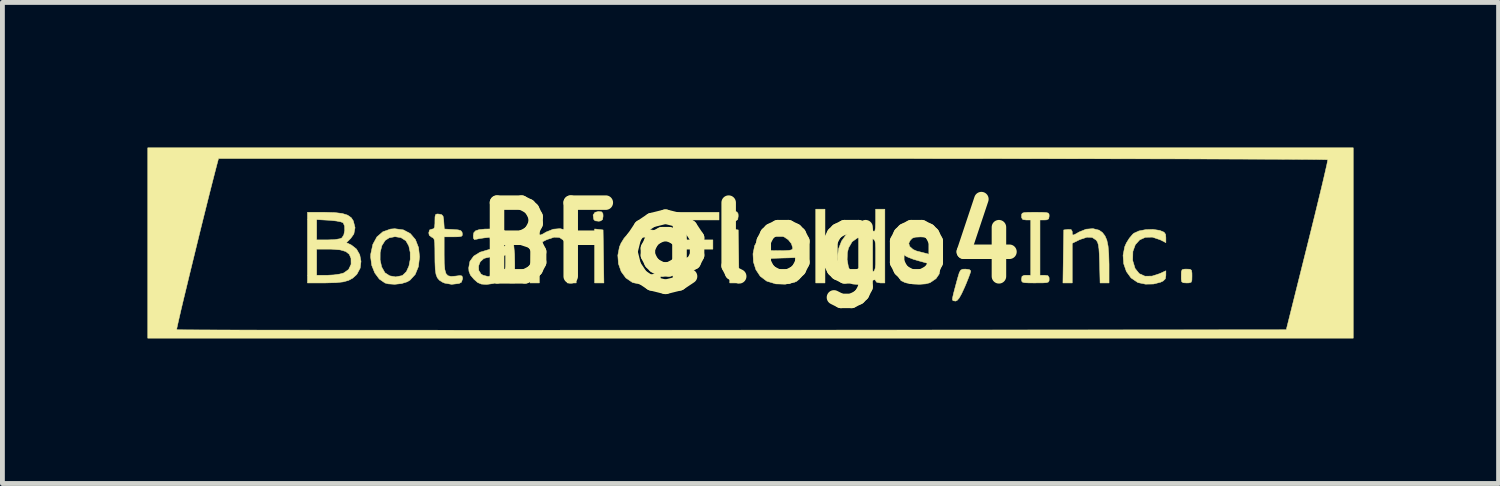
<source format=kicad_pcb>
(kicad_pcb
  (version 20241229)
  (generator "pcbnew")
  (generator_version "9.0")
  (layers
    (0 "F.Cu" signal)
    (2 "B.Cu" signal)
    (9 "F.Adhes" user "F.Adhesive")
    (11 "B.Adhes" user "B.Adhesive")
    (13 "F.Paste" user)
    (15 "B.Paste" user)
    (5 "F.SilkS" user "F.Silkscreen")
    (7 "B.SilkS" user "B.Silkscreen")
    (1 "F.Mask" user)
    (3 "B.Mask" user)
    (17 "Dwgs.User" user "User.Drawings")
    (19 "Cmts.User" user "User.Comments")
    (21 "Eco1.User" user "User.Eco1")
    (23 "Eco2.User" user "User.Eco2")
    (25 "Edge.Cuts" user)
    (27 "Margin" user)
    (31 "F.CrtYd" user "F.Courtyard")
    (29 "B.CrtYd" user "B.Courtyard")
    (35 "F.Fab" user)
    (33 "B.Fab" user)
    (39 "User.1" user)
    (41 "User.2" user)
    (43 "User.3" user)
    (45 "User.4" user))
  (footprint "BF@logo4"
    (layer "F.Cu")
    (at 12.451 1.974)
    (property "Reference" "BF@logo4" (at 0 0 0) (layer "F.SilkS") (effects (font (size 1.524 1.524) (thickness 0.3))))
    (attr through_hole)
    (fp_poly (pts (xy 1.556 0.826) (xy 1.365 0.826) (xy 1.365 -0.699) (xy 1.556 -0.699) (xy 1.556 0.826)) (stroke (width 0.01) (type solid)) (fill yes) (layer "F.SilkS"))
    (fp_poly (pts (xy -3.119 -0.28) (xy -3.032 -0.27) (xy -3.023 0.278) (xy -3.015 0.826) (xy -3.207 0.826) (xy -3.207 -0.29) (xy -3.119 -0.28)) (stroke (width 0.01) (type solid)) (fill yes) (layer "F.SilkS"))
    (fp_poly (pts (xy -0.325 -0.28) (xy -0.238 -0.27) (xy -0.229 0.278) (xy -0.221 0.826) (xy -0.413 0.826) (xy -0.413 -0.29) (xy -0.325 -0.28)) (stroke (width 0.01) (type solid)) (fill yes) (layer "F.SilkS"))
    (fp_poly (pts (xy -0.635 -0.476) (xy -1.397 -0.476) (xy -1.397 -0.064) (xy -0.762 -0.064) (xy -0.762 0.127) (xy -1.397 0.127) (xy -1.397 0.826) (xy -1.587 0.826) (xy -1.587 -0.635) (xy -0.635 -0.635) (xy -0.635 -0.476)) (stroke (width 0.01) (type solid)) (fill yes) (layer "F.SilkS"))
    (fp_poly (pts (xy -3.06 -0.643) (xy -3.035 -0.606) (xy -3.032 -0.556) (xy -3.042 -0.486) (xy -3.083 -0.457) (xy -3.12 -0.45) (xy -3.197 -0.459) (xy -3.225 -0.488) (xy -3.238 -0.578) (xy -3.199 -0.634) (xy -3.127 -0.651) (xy -3.06 -0.643)) (stroke (width 0.01) (type solid)) (fill yes) (layer "F.SilkS"))
    (fp_poly (pts (xy -0.266 -0.643) (xy -0.241 -0.606) (xy -0.238 -0.556) (xy -0.248 -0.486) (xy -0.289 -0.457) (xy -0.326 -0.45) (xy -0.403 -0.459) (xy -0.431 -0.488) (xy -0.444 -0.578) (xy -0.405 -0.634) (xy -0.333 -0.651) (xy -0.266 -0.643)) (stroke (width 0.01) (type solid)) (fill yes) (layer "F.SilkS"))
    (fp_poly (pts (xy 9.101 0.543) (xy 9.133 0.563) (xy 9.143 0.619) (xy 9.144 0.683) (xy 9.142 0.77) (xy 9.126 0.812) (xy 9.082 0.825) (xy 9.033 0.826) (xy 8.965 0.822) (xy 8.932 0.802) (xy 8.922 0.746) (xy 8.922 0.683) (xy 8.924 0.595) (xy 8.94 0.553) (xy 8.983 0.541) (xy 9.033 0.54) (xy 9.101 0.543)) (stroke (width 0.01) (type solid)) (fill yes) (layer "F.SilkS"))
    (fp_poly (pts (xy 4.541 0.55) (xy 4.571 0.578) (xy 4.571 0.579) (xy 4.558 0.624) (xy 4.526 0.712) (xy 4.479 0.829) (xy 4.447 0.905) (xy 4.381 1.048) (xy 4.33 1.139) (xy 4.287 1.188) (xy 4.257 1.201) (xy 4.203 1.193) (xy 4.191 1.169) (xy 4.196 1.125) (xy 4.213 1.048) (xy 4.244 0.929) (xy 4.29 0.759) (xy 4.305 0.706) (xy 4.334 0.61) (xy 4.363 0.561) (xy 4.404 0.542) (xy 4.462 0.54) (xy 4.541 0.55)) (stroke (width 0.01) (type solid)) (fill yes) (layer "F.SilkS"))
    (fp_poly (pts (xy -3.795 -0.265) (xy -3.726 -0.217) (xy -3.672 -0.147) (xy -3.634 -0.057) (xy -3.608 0.064) (xy -3.594 0.227) (xy -3.589 0.441) (xy -3.589 0.468) (xy -3.588 0.826) (xy -3.773 0.826) (xy -3.784 0.416) (xy -3.789 0.242) (xy -3.797 0.119) (xy -3.809 0.037) (xy -3.826 -0.018) (xy -3.851 -0.056) (xy -3.855 -0.06) (xy -3.937 -0.115) (xy -4.044 -0.12) (xy -4.183 -0.074) (xy -4.213 -0.061) (xy -4.35 0.006) (xy -4.35 0.826) (xy -4.542 0.826) (xy -4.533 0.278) (xy -4.524 -0.27) (xy -4.437 -0.28) (xy -4.373 -0.278) (xy -4.351 -0.244) (xy -4.35 -0.224) (xy -4.347 -0.178) (xy -4.33 -0.164) (xy -4.285 -0.182) (xy -4.205 -0.228) (xy -4.063 -0.285) (xy -3.921 -0.297) (xy -3.795 -0.265)) (stroke (width 0.01) (type solid)) (fill yes) (layer "F.SilkS"))
    (fp_poly (pts (xy 7.223 -0.265) (xy 7.291 -0.217) (xy 7.345 -0.147) (xy 7.384 -0.057) (xy 7.409 0.064) (xy 7.423 0.227) (xy 7.429 0.441) (xy 7.429 0.468) (xy 7.429 0.826) (xy 7.244 0.826) (xy 7.234 0.416) (xy 7.228 0.242) (xy 7.22 0.119) (xy 7.208 0.037) (xy 7.191 -0.018) (xy 7.166 -0.056) (xy 7.163 -0.06) (xy 7.08 -0.115) (xy 6.973 -0.12) (xy 6.834 -0.074) (xy 6.805 -0.061) (xy 6.668 0.006) (xy 6.668 0.826) (xy 6.476 0.826) (xy 6.484 0.278) (xy 6.493 -0.27) (xy 6.58 -0.28) (xy 6.644 -0.278) (xy 6.666 -0.244) (xy 6.668 -0.224) (xy 6.67 -0.178) (xy 6.687 -0.164) (xy 6.732 -0.182) (xy 6.812 -0.228) (xy 6.954 -0.285) (xy 7.096 -0.297) (xy 7.223 -0.265)) (stroke (width 0.01) (type solid)) (fill yes) (layer "F.SilkS"))
    (fp_poly (pts (xy -1.974 -0.261) (xy -1.956 -0.255) (xy -1.88 -0.223) (xy -1.848 -0.179) (xy -1.841 -0.112) (xy -1.841 -0.007) (xy -1.959 -0.067) (xy -2.12 -0.121) (xy -2.264 -0.118) (xy -2.384 -0.064) (xy -2.473 0.036) (xy -2.524 0.175) (xy -2.528 0.348) (xy -2.525 0.373) (xy -2.477 0.527) (xy -2.393 0.633) (xy -2.275 0.686) (xy -2.129 0.685) (xy -1.976 0.636) (xy -1.841 0.575) (xy -1.841 0.67) (xy -1.853 0.74) (xy -1.898 0.785) (xy -1.952 0.811) (xy -2.1 0.848) (xy -2.264 0.851) (xy -2.411 0.82) (xy -2.429 0.813) (xy -2.561 0.722) (xy -2.658 0.59) (xy -2.714 0.429) (xy -2.727 0.255) (xy -2.693 0.079) (xy -2.659 0.001) (xy -2.598 -0.097) (xy -2.527 -0.18) (xy -2.502 -0.202) (xy -2.399 -0.249) (xy -2.259 -0.276) (xy -2.11 -0.281) (xy -1.974 -0.261)) (stroke (width 0.01) (type solid)) (fill yes) (layer "F.SilkS"))
    (fp_poly (pts (xy 8.471 -0.261) (xy 8.49 -0.255) (xy 8.566 -0.223) (xy 8.598 -0.179) (xy 8.604 -0.112) (xy 8.604 -0.007) (xy 8.486 -0.067) (xy 8.326 -0.121) (xy 8.182 -0.118) (xy 8.062 -0.064) (xy 7.972 0.036) (xy 7.922 0.175) (xy 7.918 0.348) (xy 7.921 0.373) (xy 7.968 0.527) (xy 8.053 0.633) (xy 8.171 0.686) (xy 8.317 0.685) (xy 8.469 0.636) (xy 8.604 0.575) (xy 8.604 0.67) (xy 8.593 0.74) (xy 8.548 0.785) (xy 8.494 0.811) (xy 8.346 0.848) (xy 8.182 0.851) (xy 8.035 0.82) (xy 8.017 0.813) (xy 7.884 0.722) (xy 7.788 0.59) (xy 7.732 0.429) (xy 7.719 0.255) (xy 7.753 0.079) (xy 7.787 0.001) (xy 7.848 -0.097) (xy 7.918 -0.18) (xy 7.944 -0.202) (xy 8.047 -0.249) (xy 8.186 -0.276) (xy 8.336 -0.281) (xy 8.471 -0.261)) (stroke (width 0.01) (type solid)) (fill yes) (layer "F.SilkS"))
    (fp_poly (pts (xy 6.041 -0.634) (xy 6.125 -0.63) (xy 6.17 -0.619) (xy 6.188 -0.598) (xy 6.191 -0.563) (xy 6.191 -0.556) (xy 6.181 -0.499) (xy 6.137 -0.478) (xy 6.096 -0.476) (xy 6.001 -0.476) (xy 6.001 0.667) (xy 6.096 0.667) (xy 6.164 0.675) (xy 6.189 0.712) (xy 6.191 0.746) (xy 6.189 0.784) (xy 6.174 0.807) (xy 6.134 0.82) (xy 6.057 0.825) (xy 5.931 0.825) (xy 5.905 0.826) (xy 5.77 0.825) (xy 5.686 0.821) (xy 5.641 0.81) (xy 5.623 0.788) (xy 5.62 0.753) (xy 5.62 0.746) (xy 5.63 0.689) (xy 5.674 0.669) (xy 5.715 0.667) (xy 5.81 0.667) (xy 5.81 -0.476) (xy 5.715 -0.476) (xy 5.647 -0.485) (xy 5.622 -0.521) (xy 5.62 -0.556) (xy 5.622 -0.593) (xy 5.637 -0.617) (xy 5.677 -0.629) (xy 5.754 -0.634) (xy 5.88 -0.635) (xy 5.905 -0.635) (xy 6.041 -0.634)) (stroke (width 0.01) (type solid)) (fill yes) (layer "F.SilkS"))
    (fp_poly (pts (xy -7.161 -0.271) (xy -7.018 -0.195) (xy -6.912 -0.071) (xy -6.847 0.096) (xy -6.827 0.286) (xy -6.85 0.488) (xy -6.916 0.65) (xy -7.023 0.767) (xy -7.081 0.802) (xy -7.199 0.839) (xy -7.34 0.854) (xy -7.475 0.845) (xy -7.541 0.827) (xy -7.658 0.746) (xy -7.752 0.619) (xy -7.815 0.462) (xy -7.83 0.35) (xy -7.642 0.35) (xy -7.61 0.495) (xy -7.545 0.611) (xy -7.54 0.617) (xy -7.443 0.679) (xy -7.32 0.701) (xy -7.198 0.677) (xy -7.174 0.666) (xy -7.098 0.592) (xy -7.046 0.477) (xy -7.019 0.338) (xy -7.02 0.193) (xy -7.049 0.06) (xy -7.108 -0.044) (xy -7.111 -0.047) (xy -7.211 -0.111) (xy -7.334 -0.131) (xy -7.455 -0.107) (xy -7.538 -0.053) (xy -7.606 0.055) (xy -7.641 0.197) (xy -7.642 0.35) (xy -7.83 0.35) (xy -7.838 0.29) (xy -7.835 0.226) (xy -7.792 0.028) (xy -7.708 -0.126) (xy -7.585 -0.232) (xy -7.426 -0.288) (xy -7.338 -0.295) (xy -7.161 -0.271)) (stroke (width 0.01) (type solid)) (fill yes) (layer "F.SilkS"))
    (fp_poly (pts (xy -6.421 -0.597) (xy -6.368 -0.585) (xy -6.34 -0.553) (xy -6.328 -0.482) (xy -6.325 -0.438) (xy -6.315 -0.289) (xy -6.134 -0.279) (xy -6.03 -0.271) (xy -5.974 -0.256) (xy -5.949 -0.226) (xy -5.943 -0.198) (xy -5.942 -0.159) (xy -5.962 -0.138) (xy -6.018 -0.129) (xy -6.122 -0.127) (xy -6.126 -0.127) (xy -6.318 -0.127) (xy -6.318 0.236) (xy -6.316 0.42) (xy -6.304 0.55) (xy -6.28 0.633) (xy -6.239 0.677) (xy -6.175 0.692) (xy -6.084 0.685) (xy -6.075 0.684) (xy -5.99 0.673) (xy -5.95 0.682) (xy -5.938 0.715) (xy -5.937 0.74) (xy -5.96 0.81) (xy -6.009 0.837) (xy -6.163 0.855) (xy -6.309 0.829) (xy -6.357 0.808) (xy -6.418 0.768) (xy -6.46 0.717) (xy -6.487 0.645) (xy -6.502 0.539) (xy -6.508 0.388) (xy -6.509 0.269) (xy -6.51 0.11) (xy -6.513 0.004) (xy -6.521 -0.062) (xy -6.536 -0.097) (xy -6.558 -0.113) (xy -6.572 -0.118) (xy -6.626 -0.16) (xy -6.636 -0.21) (xy -6.619 -0.27) (xy -6.572 -0.286) (xy -6.534 -0.294) (xy -6.515 -0.329) (xy -6.509 -0.407) (xy -6.509 -0.447) (xy -6.507 -0.541) (xy -6.495 -0.587) (xy -6.465 -0.6) (xy -6.421 -0.597)) (stroke (width 0.01) (type solid)) (fill yes) (layer "F.SilkS"))
    (fp_poly (pts (xy -8.581 -0.629) (xy -8.424 -0.61) (xy -8.313 -0.575) (xy -8.238 -0.522) (xy -8.196 -0.457) (xy -8.16 -0.316) (xy -8.185 -0.187) (xy -8.249 -0.096) (xy -8.339 -0.006) (xy -8.235 0.043) (xy -8.13 0.126) (xy -8.063 0.244) (xy -8.037 0.38) (xy -8.054 0.519) (xy -8.119 0.641) (xy -8.132 0.657) (xy -8.208 0.726) (xy -8.294 0.773) (xy -8.405 0.804) (xy -8.552 0.82) (xy -8.748 0.825) (xy -8.778 0.826) (xy -9.144 0.826) (xy -9.144 0.127) (xy -8.954 0.127) (xy -8.954 0.667) (xy -8.73 0.667) (xy -8.598 0.66) (xy -8.475 0.642) (xy -8.397 0.621) (xy -8.293 0.548) (xy -8.242 0.441) (xy -8.244 0.316) (xy -8.28 0.233) (xy -8.352 0.176) (xy -8.469 0.142) (xy -8.638 0.128) (xy -8.698 0.127) (xy -8.954 0.127) (xy -9.144 0.127) (xy -9.144 -0.064) (xy -8.954 -0.064) (xy -8.721 -0.064) (xy -8.581 -0.07) (xy -8.477 -0.087) (xy -8.433 -0.105) (xy -8.393 -0.166) (xy -8.374 -0.259) (xy -8.377 -0.352) (xy -8.406 -0.418) (xy -8.454 -0.437) (xy -8.547 -0.455) (xy -8.667 -0.468) (xy -8.698 -0.47) (xy -8.954 -0.484) (xy -8.954 -0.064) (xy -9.144 -0.064) (xy -9.144 -0.635) (xy -8.792 -0.635) (xy -8.581 -0.629)) (stroke (width 0.01) (type solid)) (fill yes) (layer "F.SilkS"))
    (fp_poly (pts (xy 2.794 0.826) (xy 2.699 0.826) (xy 2.625 0.812) (xy 2.603 0.781) (xy 2.592 0.759) (xy 2.548 0.768) (xy 2.486 0.797) (xy 2.374 0.837) (xy 2.25 0.857) (xy 2.228 0.857) (xy 2.127 0.848) (xy 2.049 0.81) (xy 1.984 0.753) (xy 1.885 0.615) (xy 1.83 0.455) (xy 1.82 0.344) (xy 2.014 0.344) (xy 2.039 0.488) (xy 2.087 0.604) (xy 2.102 0.625) (xy 2.175 0.67) (xy 2.284 0.68) (xy 2.414 0.655) (xy 2.516 0.614) (xy 2.556 0.592) (xy 2.581 0.564) (xy 2.595 0.519) (xy 2.602 0.442) (xy 2.603 0.32) (xy 2.603 0.252) (xy 2.603 0.108) (xy 2.599 0.014) (xy 2.589 -0.042) (xy 2.569 -0.072) (xy 2.537 -0.09) (xy 2.522 -0.096) (xy 2.364 -0.129) (xy 2.226 -0.104) (xy 2.117 -0.026) (xy 2.043 0.102) (xy 2.019 0.2) (xy 2.014 0.344) (xy 1.82 0.344) (xy 1.815 0.284) (xy 1.839 0.115) (xy 1.899 -0.04) (xy 1.992 -0.169) (xy 2.117 -0.259) (xy 2.186 -0.284) (xy 2.304 -0.297) (xy 2.436 -0.285) (xy 2.548 -0.251) (xy 2.568 -0.24) (xy 2.588 -0.251) (xy 2.599 -0.314) (xy 2.603 -0.436) (xy 2.603 -0.459) (xy 2.603 -0.699) (xy 2.794 -0.699) (xy 2.794 0.826)) (stroke (width 0.01) (type solid)) (fill yes) (layer "F.SilkS"))
    (fp_poly (pts (xy 0.737 -0.285) (xy 0.878 -0.225) (xy 0.938 -0.176) (xy 1 -0.084) (xy 1.049 0.041) (xy 1.074 0.167) (xy 1.073 0.233) (xy 1.066 0.261) (xy 1.047 0.281) (xy 1.006 0.294) (xy 0.932 0.302) (xy 0.814 0.307) (xy 0.659 0.311) (xy 0.507 0.316) (xy 0.381 0.324) (xy 0.293 0.333) (xy 0.255 0.344) (xy 0.254 0.345) (xy 0.264 0.391) (xy 0.287 0.466) (xy 0.288 0.469) (xy 0.357 0.579) (xy 0.469 0.653) (xy 0.609 0.688) (xy 0.765 0.682) (xy 0.902 0.64) (xy 1.052 0.573) (xy 1.042 0.673) (xy 1.023 0.747) (xy 0.971 0.792) (xy 0.921 0.813) (xy 0.733 0.852) (xy 0.538 0.845) (xy 0.362 0.792) (xy 0.348 0.786) (xy 0.218 0.688) (xy 0.128 0.552) (xy 0.077 0.393) (xy 0.068 0.224) (xy 0.086 0.135) (xy 0.254 0.135) (xy 0.284 0.145) (xy 0.363 0.153) (xy 0.479 0.158) (xy 0.572 0.159) (xy 0.716 0.158) (xy 0.809 0.153) (xy 0.861 0.143) (xy 0.884 0.126) (xy 0.889 0.1) (xy 0.862 0.014) (xy 0.797 -0.068) (xy 0.712 -0.125) (xy 0.679 -0.135) (xy 0.54 -0.135) (xy 0.414 -0.086) (xy 0.321 0.002) (xy 0.316 0.01) (xy 0.276 0.082) (xy 0.255 0.13) (xy 0.254 0.135) (xy 0.086 0.135) (xy 0.101 0.059) (xy 0.178 -0.089) (xy 0.27 -0.185) (xy 0.416 -0.265) (xy 0.577 -0.299) (xy 0.737 -0.285)) (stroke (width 0.01) (type solid)) (fill yes) (layer "F.SilkS"))
    (fp_poly (pts (xy 3.677 -0.282) (xy 3.794 -0.261) (xy 3.865 -0.227) (xy 3.895 -0.165) (xy 3.899 -0.133) (xy 3.9 -0.06) (xy 3.876 -0.037) (xy 3.816 -0.059) (xy 3.778 -0.079) (xy 3.7 -0.106) (xy 3.59 -0.123) (xy 3.534 -0.126) (xy 3.428 -0.121) (xy 3.364 -0.101) (xy 3.321 -0.058) (xy 3.32 -0.057) (xy 3.289 0.004) (xy 3.301 0.057) (xy 3.314 0.078) (xy 3.377 0.134) (xy 3.449 0.166) (xy 3.541 0.189) (xy 3.651 0.217) (xy 3.668 0.221) (xy 3.81 0.275) (xy 3.897 0.357) (xy 3.934 0.472) (xy 3.937 0.52) (xy 3.917 0.641) (xy 3.851 0.737) (xy 3.73 0.819) (xy 3.725 0.822) (xy 3.637 0.845) (xy 3.511 0.854) (xy 3.373 0.848) (xy 3.246 0.827) (xy 3.207 0.816) (xy 3.129 0.779) (xy 3.094 0.726) (xy 3.086 0.675) (xy 3.083 0.605) (xy 3.089 0.572) (xy 3.09 0.572) (xy 3.125 0.583) (xy 3.197 0.614) (xy 3.243 0.634) (xy 3.379 0.679) (xy 3.516 0.696) (xy 3.634 0.684) (xy 3.696 0.657) (xy 3.739 0.587) (xy 3.741 0.522) (xy 3.731 0.472) (xy 3.705 0.439) (xy 3.65 0.412) (xy 3.55 0.384) (xy 3.508 0.373) (xy 3.385 0.337) (xy 3.277 0.296) (xy 3.208 0.26) (xy 3.131 0.167) (xy 3.102 0.053) (xy 3.12 -0.065) (xy 3.182 -0.17) (xy 3.271 -0.238) (xy 3.38 -0.272) (xy 3.525 -0.287) (xy 3.677 -0.282)) (stroke (width 0.01) (type solid)) (fill yes) (layer "F.SilkS"))
    (fp_poly (pts (xy -5.187 -0.281) (xy -5.065 -0.25) (xy -4.976 -0.191) (xy -4.916 -0.095) (xy -4.879 0.044) (xy -4.862 0.233) (xy -4.858 0.428) (xy -4.858 0.826) (xy -4.953 0.826) (xy -5.028 0.812) (xy -5.048 0.777) (xy -5.057 0.752) (xy -5.092 0.755) (xy -5.167 0.79) (xy -5.174 0.793) (xy -5.304 0.839) (xy -5.443 0.857) (xy -5.447 0.857) (xy -5.55 0.849) (xy -5.625 0.817) (xy -5.702 0.749) (xy -5.774 0.664) (xy -5.805 0.584) (xy -5.81 0.515) (xy -5.803 0.476) (xy -5.607 0.476) (xy -5.602 0.567) (xy -5.557 0.64) (xy -5.516 0.666) (xy -5.412 0.693) (xy -5.307 0.682) (xy -5.183 0.636) (xy -5.104 0.597) (xy -5.064 0.558) (xy -5.05 0.498) (xy -5.048 0.413) (xy -5.048 0.251) (xy -5.247 0.272) (xy -5.361 0.288) (xy -5.455 0.308) (xy -5.5 0.322) (xy -5.572 0.388) (xy -5.607 0.476) (xy -5.803 0.476) (xy -5.785 0.38) (xy -5.707 0.272) (xy -5.575 0.19) (xy -5.387 0.134) (xy -5.231 0.111) (xy -5.113 0.09) (xy -5.056 0.058) (xy -5.055 0.009) (xy -5.109 -0.061) (xy -5.115 -0.067) (xy -5.162 -0.104) (xy -5.219 -0.122) (xy -5.306 -0.123) (xy -5.377 -0.118) (xy -5.494 -0.105) (xy -5.595 -0.09) (xy -5.644 -0.079) (xy -5.694 -0.071) (xy -5.713 -0.101) (xy -5.715 -0.152) (xy -5.705 -0.212) (xy -5.668 -0.252) (xy -5.595 -0.276) (xy -5.476 -0.288) (xy -5.347 -0.29) (xy -5.187 -0.281)) (stroke (width 0.01) (type solid)) (fill yes) (layer "F.SilkS"))
    (fp_poly (pts (xy 12.478 1.968) (xy -12.446 1.968) (xy -12.446 1.793) (xy -11.849 1.793) (xy -11.816 1.794) (xy -11.723 1.795) (xy -11.57 1.796) (xy -11.36 1.797) (xy -11.096 1.798) (xy -10.779 1.799) (xy -10.413 1.8) (xy -9.998 1.801) (xy -9.538 1.801) (xy -9.035 1.802) (xy -8.491 1.802) (xy -7.907 1.803) (xy -7.288 1.803) (xy -6.633 1.803) (xy -5.947 1.804) (xy -5.231 1.804) (xy -4.487 1.804) (xy -3.718 1.803) (xy -2.926 1.803) (xy -2.112 1.803) (xy -1.281 1.802) (xy -0.432 1.802) (xy -0.37 1.802) (xy 11.093 1.794) (xy 11.529 0.049) (xy 11.609 -0.273) (xy 11.684 -0.577) (xy 11.752 -0.857) (xy 11.813 -1.108) (xy 11.864 -1.323) (xy 11.904 -1.497) (xy 11.933 -1.625) (xy 11.948 -1.701) (xy 11.95 -1.721) (xy 11.917 -1.723) (xy 11.823 -1.725) (xy 11.671 -1.727) (xy 11.461 -1.728) (xy 11.197 -1.73) (xy 10.88 -1.732) (xy 10.514 -1.733) (xy 10.1 -1.735) (xy 9.64 -1.736) (xy 9.137 -1.738) (xy 8.593 -1.739) (xy 8.009 -1.74) (xy 7.39 -1.741) (xy 6.736 -1.742) (xy 6.049 -1.743) (xy 5.333 -1.744) (xy 4.59 -1.745) (xy 3.821 -1.745) (xy 3.028 -1.746) (xy 2.215 -1.746) (xy 1.384 -1.746) (xy 0.535 -1.746) (xy -10.983 -1.746) (xy -11.015 -1.627) (xy -11.059 -1.457) (xy -11.112 -1.25) (xy -11.172 -1.014) (xy -11.237 -0.754) (xy -11.306 -0.477) (xy -11.377 -0.19) (xy -11.448 0.101) (xy -11.518 0.388) (xy -11.586 0.666) (xy -11.649 0.928) (xy -11.707 1.167) (xy -11.757 1.377) (xy -11.797 1.551) (xy -11.827 1.683) (xy -11.845 1.766) (xy -11.849 1.793) (xy -12.446 1.793) (xy -12.446 -1.968) (xy 12.478 -1.968) (xy 12.478 1.968)) (stroke (width 0.01) (type solid)) (fill yes) (layer "F.SilkS")))
  (gr_rect
    (start -3 -3)
    (end 27.934 6.947)
    (stroke (width 0.1) (type default))
    (fill no)
    (layer "Edge.Cuts")))
</source>
